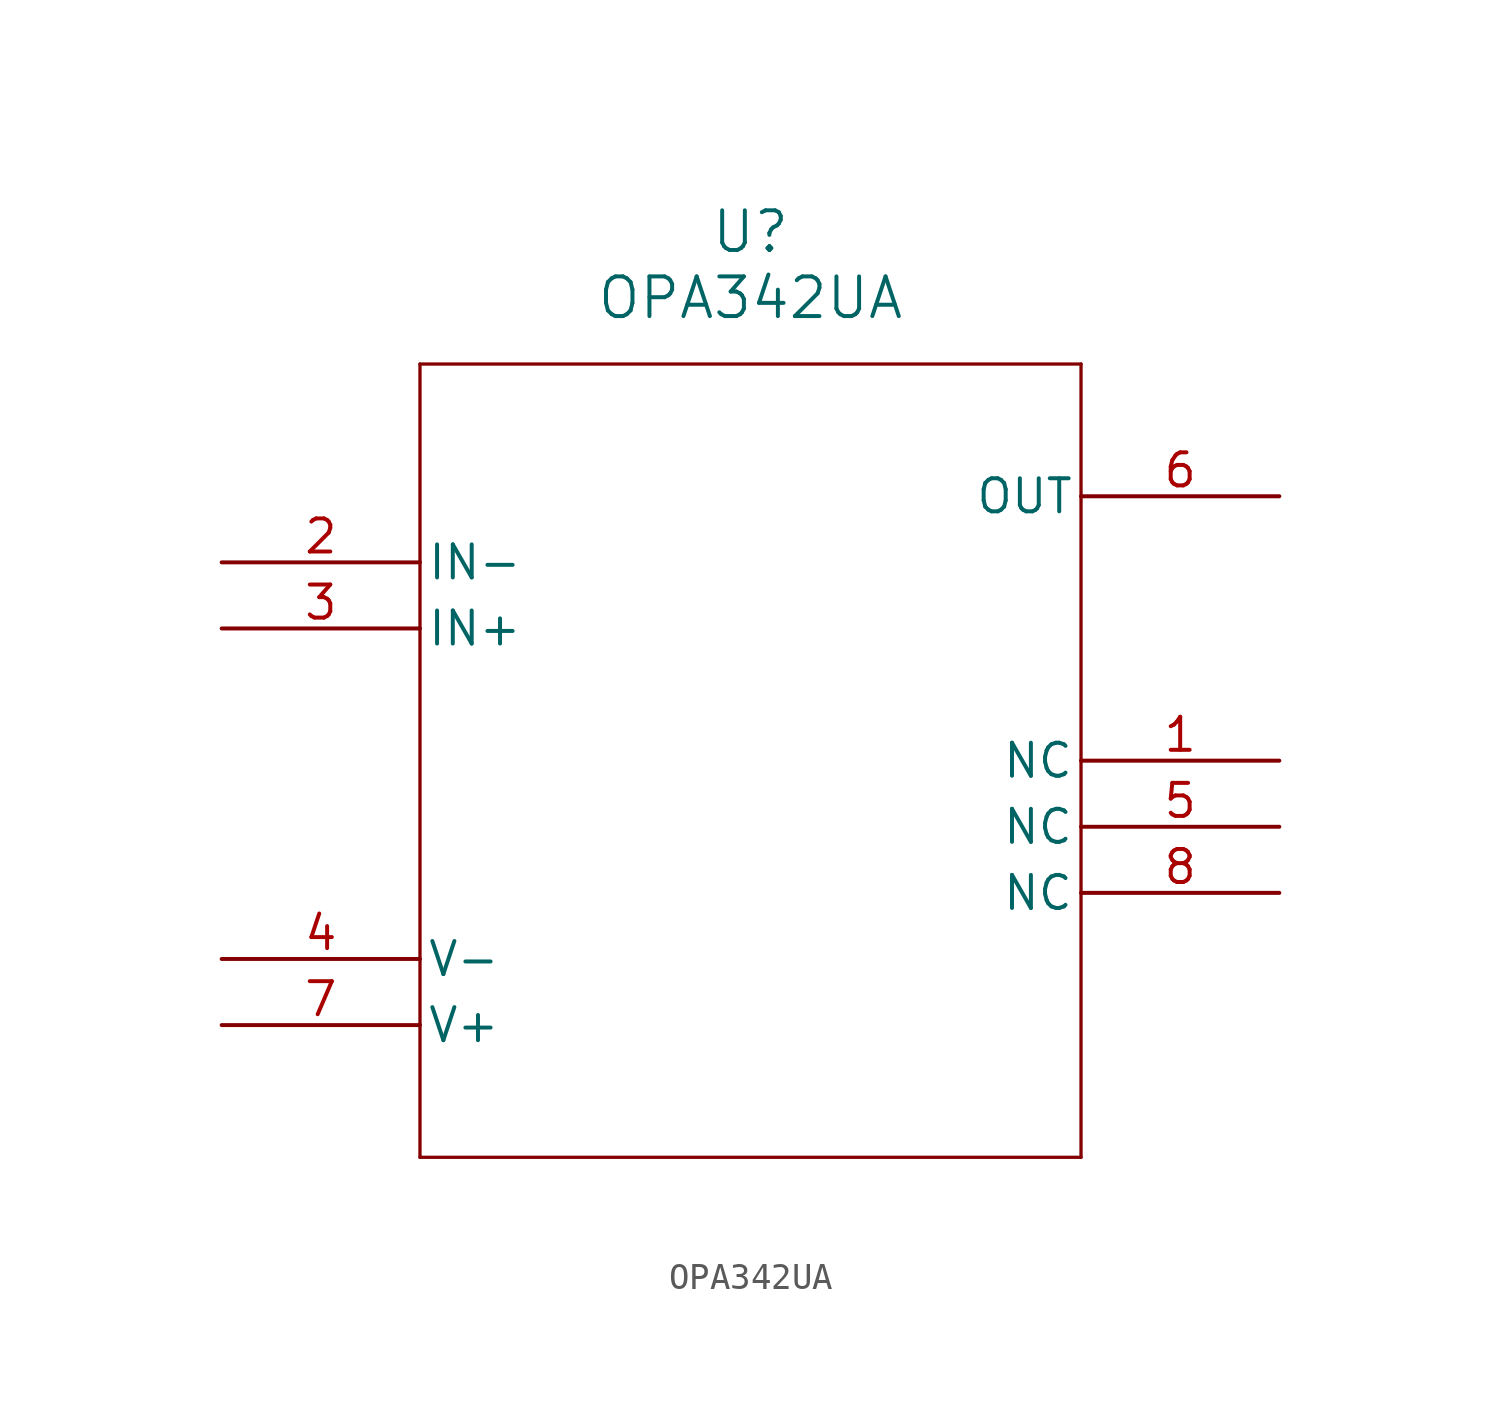
<source format=kicad_sym>
(kicad_symbol_lib
  (version 20211014)
  (generator kicad_symbol_editor)
  (symbol "OPA342UA"
    (pin_names
      (offset 0.254))
    (property "Reference" "U"
      (at 20.32 12.7 0)
      (effects (font (size 1.524 1.524))))
    (property "Value" "OPA342UA"
      (at 20.32 10.16 0)
      (effects (font (size 1.524 1.524))))
    (symbol "OPA342UA_0_1"
      (polyline (pts (xy 7.62 7.62) (xy 7.62 -22.86)) (stroke (width 0.127) (type default) (color 0 0 0 0)) (fill (type none)))
      (polyline (pts (xy 7.62 -22.86) (xy 33.02 -22.86)) (stroke (width 0.127) (type default) (color 0 0 0 0)) (fill (type none)))
      (polyline (pts (xy 33.02 -22.86) (xy 33.02 7.62)) (stroke (width 0.127) (type default) (color 0 0 0 0)) (fill (type none)))
      (polyline (pts (xy 33.02 7.62) (xy 7.62 7.62)) (stroke (width 0.127) (type default) (color 0 0 0 0)) (fill (type none)))
      (pin unspecified line (at 40.64 -7.62 180) (length 7.62) (name "NC" (effects (font (size 1.27 1.27)))) (number "1" (effects (font (size 1.27 1.27)))))
      (pin input line (at 0 0 0) (length 7.62) (name "IN-" (effects (font (size 1.27 1.27)))) (number "2" (effects (font (size 1.27 1.27)))))
      (pin input line (at 0 -2.54 0) (length 7.62) (name "IN+" (effects (font (size 1.27 1.27)))) (number "3" (effects (font (size 1.27 1.27)))))
      (pin power_in line (at 0 -15.24 0) (length 7.62) (name "V-" (effects (font (size 1.27 1.27)))) (number "4" (effects (font (size 1.27 1.27)))))
      (pin unspecified line (at 40.64 -10.16 180) (length 7.62) (name "NC" (effects (font (size 1.27 1.27)))) (number "5" (effects (font (size 1.27 1.27)))))
      (pin output line (at 40.64 2.54 180) (length 7.62) (name "OUT" (effects (font (size 1.27 1.27)))) (number "6" (effects (font (size 1.27 1.27)))))
      (pin power_in line (at 0 -17.78 0) (length 7.62) (name "V+" (effects (font (size 1.27 1.27)))) (number "7" (effects (font (size 1.27 1.27)))))
      (pin unspecified line (at 40.64 -12.7 180) (length 7.62) (name "NC" (effects (font (size 1.27 1.27)))) (number "8" (effects (font (size 1.27 1.27))))))))
</source>
